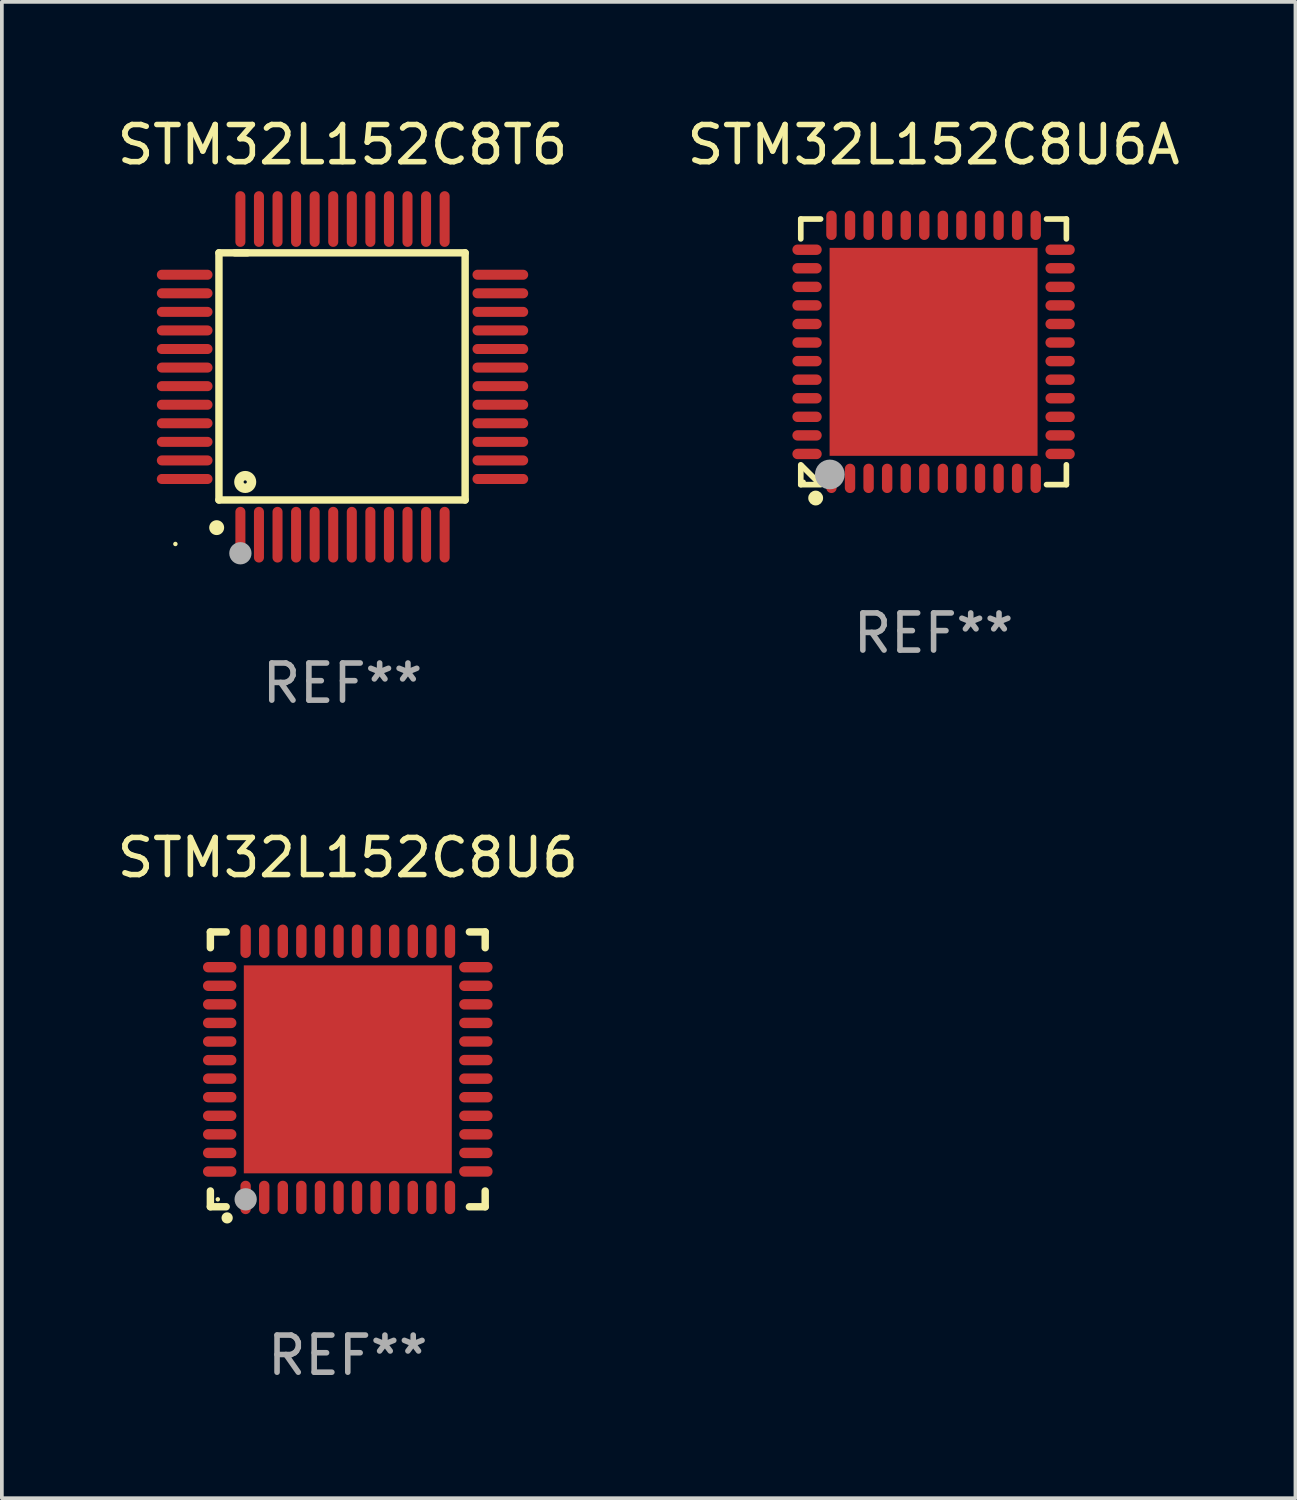
<source format=kicad_pcb>
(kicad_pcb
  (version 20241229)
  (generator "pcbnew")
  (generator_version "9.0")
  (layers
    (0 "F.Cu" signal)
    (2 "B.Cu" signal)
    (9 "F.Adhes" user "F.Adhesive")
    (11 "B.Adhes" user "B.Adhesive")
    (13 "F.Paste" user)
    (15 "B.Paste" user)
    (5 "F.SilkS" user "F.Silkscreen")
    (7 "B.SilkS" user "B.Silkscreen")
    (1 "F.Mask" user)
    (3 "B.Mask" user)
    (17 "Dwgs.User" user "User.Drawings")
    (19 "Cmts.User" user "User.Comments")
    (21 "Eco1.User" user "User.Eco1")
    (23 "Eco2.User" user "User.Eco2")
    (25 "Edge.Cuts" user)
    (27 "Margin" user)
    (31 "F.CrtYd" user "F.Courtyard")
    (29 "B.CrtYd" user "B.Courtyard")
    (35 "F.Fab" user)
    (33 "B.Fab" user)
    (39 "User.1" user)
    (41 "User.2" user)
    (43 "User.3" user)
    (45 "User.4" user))
  (footprint "STM32L152C8T6"
    (layer "F.Cu")
    (at 6.173 7.098)
    (property "Reference" "STM32L152C8T6" (at 0 -6.25 0) (layer "F.SilkS") (effects (font (size 1 1) (thickness 0.15))))
    (attr through_hole)
    (fp_line (start -3.327 -3.34) (end -2.565 -3.34) (stroke (width 0.2) (type solid)) (layer "F.SilkS"))
    (fp_line (start -3.327 3.315) (end -3.327 -3.34) (stroke (width 0.2) (type solid)) (layer "F.SilkS"))
    (fp_line (start -2.896 -3.34) (end 3.302 -3.34) (stroke (width 0.2) (type solid)) (layer "F.SilkS"))
    (fp_line (start 3.302 -3.34) (end 3.302 3.315) (stroke (width 0.2) (type solid)) (layer "F.SilkS"))
    (fp_line (start 3.302 3.315) (end -3.327 3.315) (stroke (width 0.2) (type solid)) (layer "F.SilkS"))
    (fp_arc (start -3.389992 4.059995) (mid -3.388722 4.059991) (end -3.387452 4.059995) (stroke (width 0.4) (type solid)) (layer "F.SilkS"))
    (fp_circle (center -4.5 4.5) (end -4.47 4.5) (stroke (width 0.06) (type solid)) (fill no) (layer "F.SilkS"))
    (fp_circle (center -2.62 2.83) (end -2.45 2.83) (stroke (width 0.254) (type solid)) (fill no) (layer "F.SilkS"))
    (fp_circle (center -2.75 4.75) (end -2.6 4.75) (stroke (width 0.3) (type solid)) (fill no) (layer "F.Fab"))
    (fp_text user "REF**" (at 0 8.25 0) (layer "F.Fab") (effects (font (size 1 1) (thickness 0.15))))
    (pad "1" smd oval (at -2.75 4.25) (size 0.27 1.5) (layers "F.Cu" "F.Mask" "F.Paste"))
    (pad "2" smd oval (at -2.25 4.25) (size 0.27 1.5) (layers "F.Cu" "F.Mask" "F.Paste"))
    (pad "3" smd oval (at -1.75 4.25) (size 0.27 1.5) (layers "F.Cu" "F.Mask" "F.Paste"))
    (pad "4" smd oval (at -1.25 4.25) (size 0.27 1.5) (layers "F.Cu" "F.Mask" "F.Paste"))
    (pad "5" smd oval (at -0.75 4.25) (size 0.27 1.5) (layers "F.Cu" "F.Mask" "F.Paste"))
    (pad "6" smd oval (at -0.25 4.25) (size 0.27 1.5) (layers "F.Cu" "F.Mask" "F.Paste"))
    (pad "7" smd oval (at 0.25 4.25) (size 0.27 1.5) (layers "F.Cu" "F.Mask" "F.Paste"))
    (pad "8" smd oval (at 0.75 4.25) (size 0.27 1.5) (layers "F.Cu" "F.Mask" "F.Paste"))
    (pad "9" smd oval (at 1.25 4.25) (size 0.27 1.5) (layers "F.Cu" "F.Mask" "F.Paste"))
    (pad "10" smd oval (at 1.75 4.25) (size 0.27 1.5) (layers "F.Cu" "F.Mask" "F.Paste"))
    (pad "11" smd oval (at 2.25 4.25) (size 0.27 1.5) (layers "F.Cu" "F.Mask" "F.Paste"))
    (pad "12" smd oval (at 2.75 4.25) (size 0.27 1.5) (layers "F.Cu" "F.Mask" "F.Paste"))
    (pad "13" smd oval (at 4.25 2.75) (size 1.5 0.27) (layers "F.Cu" "F.Mask" "F.Paste"))
    (pad "14" smd oval (at 4.25 2.25) (size 1.5 0.27) (layers "F.Cu" "F.Mask" "F.Paste"))
    (pad "15" smd oval (at 4.25 1.75) (size 1.5 0.27) (layers "F.Cu" "F.Mask" "F.Paste"))
    (pad "16" smd oval (at 4.25 1.25) (size 1.5 0.27) (layers "F.Cu" "F.Mask" "F.Paste"))
    (pad "17" smd oval (at 4.25 0.75) (size 1.5 0.27) (layers "F.Cu" "F.Mask" "F.Paste"))
    (pad "18" smd oval (at 4.25 0.25) (size 1.5 0.27) (layers "F.Cu" "F.Mask" "F.Paste"))
    (pad "19" smd oval (at 4.25 -0.25) (size 1.5 0.27) (layers "F.Cu" "F.Mask" "F.Paste"))
    (pad "20" smd oval (at 4.25 -0.75) (size 1.5 0.27) (layers "F.Cu" "F.Mask" "F.Paste"))
    (pad "21" smd oval (at 4.25 -1.25) (size 1.5 0.27) (layers "F.Cu" "F.Mask" "F.Paste"))
    (pad "22" smd oval (at 4.25 -1.75) (size 1.5 0.27) (layers "F.Cu" "F.Mask" "F.Paste"))
    (pad "23" smd oval (at 4.25 -2.25) (size 1.5 0.27) (layers "F.Cu" "F.Mask" "F.Paste"))
    (pad "24" smd oval (at 4.25 -2.75) (size 1.5 0.27) (layers "F.Cu" "F.Mask" "F.Paste"))
    (pad "25" smd oval (at 2.75 -4.25) (size 0.27 1.5) (layers "F.Cu" "F.Mask" "F.Paste"))
    (pad "26" smd oval (at 2.25 -4.25) (size 0.27 1.5) (layers "F.Cu" "F.Mask" "F.Paste"))
    (pad "27" smd oval (at 1.75 -4.25) (size 0.27 1.5) (layers "F.Cu" "F.Mask" "F.Paste"))
    (pad "28" smd oval (at 1.25 -4.25) (size 0.27 1.5) (layers "F.Cu" "F.Mask" "F.Paste"))
    (pad "29" smd oval (at 0.75 -4.25) (size 0.27 1.5) (layers "F.Cu" "F.Mask" "F.Paste"))
    (pad "30" smd oval (at 0.25 -4.25) (size 0.27 1.5) (layers "F.Cu" "F.Mask" "F.Paste"))
    (pad "31" smd oval (at -0.25 -4.25) (size 0.27 1.5) (layers "F.Cu" "F.Mask" "F.Paste"))
    (pad "32" smd oval (at -0.75 -4.25) (size 0.27 1.5) (layers "F.Cu" "F.Mask" "F.Paste"))
    (pad "33" smd oval (at -1.25 -4.25) (size 0.27 1.5) (layers "F.Cu" "F.Mask" "F.Paste"))
    (pad "34" smd oval (at -1.75 -4.25) (size 0.27 1.5) (layers "F.Cu" "F.Mask" "F.Paste"))
    (pad "35" smd oval (at -2.25 -4.25) (size 0.27 1.5) (layers "F.Cu" "F.Mask" "F.Paste"))
    (pad "36" smd oval (at -2.75 -4.25) (size 0.27 1.5) (layers "F.Cu" "F.Mask" "F.Paste"))
    (pad "37" smd oval (at -4.25 -2.75) (size 1.5 0.27) (layers "F.Cu" "F.Mask" "F.Paste"))
    (pad "38" smd oval (at -4.25 -2.25) (size 1.5 0.27) (layers "F.Cu" "F.Mask" "F.Paste"))
    (pad "39" smd oval (at -4.25 -1.75) (size 1.5 0.27) (layers "F.Cu" "F.Mask" "F.Paste"))
    (pad "40" smd oval (at -4.25 -1.25) (size 1.5 0.27) (layers "F.Cu" "F.Mask" "F.Paste"))
    (pad "41" smd oval (at -4.25 -0.75) (size 1.5 0.27) (layers "F.Cu" "F.Mask" "F.Paste"))
    (pad "42" smd oval (at -4.25 -0.25) (size 1.5 0.27) (layers "F.Cu" "F.Mask" "F.Paste"))
    (pad "43" smd oval (at -4.25 0.25) (size 1.5 0.27) (layers "F.Cu" "F.Mask" "F.Paste"))
    (pad "44" smd oval (at -4.25 0.75) (size 1.5 0.27) (layers "F.Cu" "F.Mask" "F.Paste"))
    (pad "45" smd oval (at -4.25 1.25) (size 1.5 0.27) (layers "F.Cu" "F.Mask" "F.Paste"))
    (pad "46" smd oval (at -4.25 1.75) (size 1.5 0.27) (layers "F.Cu" "F.Mask" "F.Paste"))
    (pad "47" smd oval (at -4.25 2.25) (size 1.5 0.27) (layers "F.Cu" "F.Mask" "F.Paste"))
    (pad "48" smd oval (at -4.25 2.75) (size 1.5 0.27) (layers "F.Cu" "F.Mask" "F.Paste")))
  (footprint "STM32L152C8U6"
    (layer "F.Cu")
    (at 6.315 25.745)
    (property "Reference" "STM32L152C8U6" (at 0 -5.7 0) (layer "F.SilkS") (effects (font (size 1 1) (thickness 0.15))))
    (attr through_hole)
    (fp_line (start -3.7 -3.7) (end -3.275 -3.7) (stroke (width 0.2) (type solid)) (layer "F.SilkS"))
    (fp_line (start -3.7 -3.275) (end -3.7 -3.7) (stroke (width 0.2) (type solid)) (layer "F.SilkS"))
    (fp_line (start -3.7 3.7) (end -3.7 3.275) (stroke (width 0.2) (type solid)) (layer "F.SilkS"))
    (fp_line (start -3.275 3.7) (end -3.7 3.7) (stroke (width 0.2) (type solid)) (layer "F.SilkS"))
    (fp_line (start 3.7 -3.7) (end 3.275 -3.7) (stroke (width 0.2) (type solid)) (layer "F.SilkS"))
    (fp_line (start 3.7 -3.275) (end 3.7 -3.7) (stroke (width 0.2) (type solid)) (layer "F.SilkS"))
    (fp_line (start 3.7 3.275) (end 3.7 3.7) (stroke (width 0.2) (type solid)) (layer "F.SilkS"))
    (fp_line (start 3.7 3.7) (end 3.275 3.7) (stroke (width 0.2) (type solid)) (layer "F.SilkS"))
    (fp_arc (start -3.249936 3.999975) (mid -3.248666 3.99997) (end -3.247396 3.999975) (stroke (width 0.3) (type solid)) (layer "F.SilkS"))
    (fp_circle (center -3.5 3.5) (end -3.47 3.5) (stroke (width 0.06) (type solid)) (fill no) (layer "F.SilkS"))
    (fp_circle (center -2.75 3.5) (end -2.6 3.5) (stroke (width 0.3) (type solid)) (fill no) (layer "F.Fab"))
    (fp_text user "REF**" (at 0 7.7 0) (layer "F.Fab") (effects (font (size 1 1) (thickness 0.15))))
    (pad "1" smd oval (at -2.751 3.449) (size 0.28 0.9) (layers "F.Cu" "F.Mask" "F.Paste"))
    (pad "2" smd oval (at -2.25 3.449) (size 0.28 0.9) (layers "F.Cu" "F.Mask" "F.Paste"))
    (pad "3" smd oval (at -1.75 3.449) (size 0.28 0.9) (layers "F.Cu" "F.Mask" "F.Paste"))
    (pad "4" smd oval (at -1.25 3.449) (size 0.28 0.9) (layers "F.Cu" "F.Mask" "F.Paste"))
    (pad "5" smd oval (at -0.749 3.449) (size 0.28 0.9) (layers "F.Cu" "F.Mask" "F.Paste"))
    (pad "6" smd oval (at -0.249 3.449) (size 0.28 0.9) (layers "F.Cu" "F.Mask" "F.Paste"))
    (pad "7" smd oval (at 0.249 3.449) (size 0.28 0.9) (layers "F.Cu" "F.Mask" "F.Paste"))
    (pad "8" smd oval (at 0.749 3.449) (size 0.28 0.9) (layers "F.Cu" "F.Mask" "F.Paste"))
    (pad "9" smd oval (at 1.25 3.449) (size 0.28 0.9) (layers "F.Cu" "F.Mask" "F.Paste"))
    (pad "10" smd oval (at 1.75 3.449) (size 0.28 0.9) (layers "F.Cu" "F.Mask" "F.Paste"))
    (pad "11" smd oval (at 2.251 3.449) (size 0.28 0.9) (layers "F.Cu" "F.Mask" "F.Paste"))
    (pad "12" smd oval (at 2.751 3.449) (size 0.28 0.9) (layers "F.Cu" "F.Mask" "F.Paste"))
    (pad "13" smd oval (at 3.449 2.75) (size 0.9 0.28) (layers "F.Cu" "F.Mask" "F.Paste"))
    (pad "14" smd oval (at 3.449 2.25) (size 0.9 0.28) (layers "F.Cu" "F.Mask" "F.Paste"))
    (pad "15" smd oval (at 3.449 1.75) (size 0.9 0.28) (layers "F.Cu" "F.Mask" "F.Paste"))
    (pad "16" smd oval (at 3.449 1.25) (size 0.9 0.28) (layers "F.Cu" "F.Mask" "F.Paste"))
    (pad "17" smd oval (at 3.449 0.75) (size 0.9 0.28) (layers "F.Cu" "F.Mask" "F.Paste"))
    (pad "18" smd oval (at 3.449 0.25) (size 0.9 0.28) (layers "F.Cu" "F.Mask" "F.Paste"))
    (pad "19" smd oval (at 3.449 -0.25) (size 0.9 0.28) (layers "F.Cu" "F.Mask" "F.Paste"))
    (pad "20" smd oval (at 3.449 -0.75) (size 0.9 0.28) (layers "F.Cu" "F.Mask" "F.Paste"))
    (pad "21" smd oval (at 3.449 -1.25) (size 0.9 0.28) (layers "F.Cu" "F.Mask" "F.Paste"))
    (pad "22" smd oval (at 3.449 -1.75) (size 0.9 0.28) (layers "F.Cu" "F.Mask" "F.Paste"))
    (pad "23" smd oval (at 3.449 -2.25) (size 0.9 0.28) (layers "F.Cu" "F.Mask" "F.Paste"))
    (pad "24" smd oval (at 3.449 -2.75) (size 0.9 0.28) (layers "F.Cu" "F.Mask" "F.Paste"))
    (pad "25" smd oval (at 2.751 -3.449) (size 0.28 0.9) (layers "F.Cu" "F.Mask" "F.Paste"))
    (pad "26" smd oval (at 2.251 -3.449) (size 0.28 0.9) (layers "F.Cu" "F.Mask" "F.Paste"))
    (pad "27" smd oval (at 1.75 -3.449) (size 0.28 0.9) (layers "F.Cu" "F.Mask" "F.Paste"))
    (pad "28" smd oval (at 1.25 -3.449) (size 0.28 0.9) (layers "F.Cu" "F.Mask" "F.Paste"))
    (pad "29" smd oval (at 0.749 -3.449) (size 0.28 0.9) (layers "F.Cu" "F.Mask" "F.Paste"))
    (pad "30" smd oval (at 0.249 -3.449) (size 0.28 0.9) (layers "F.Cu" "F.Mask" "F.Paste"))
    (pad "31" smd oval (at -0.249 -3.449) (size 0.28 0.9) (layers "F.Cu" "F.Mask" "F.Paste"))
    (pad "32" smd oval (at -0.749 -3.449) (size 0.28 0.9) (layers "F.Cu" "F.Mask" "F.Paste"))
    (pad "33" smd oval (at -1.25 -3.449) (size 0.28 0.9) (layers "F.Cu" "F.Mask" "F.Paste"))
    (pad "34" smd oval (at -1.75 -3.449) (size 0.28 0.9) (layers "F.Cu" "F.Mask" "F.Paste"))
    (pad "35" smd oval (at -2.25 -3.449) (size 0.28 0.9) (layers "F.Cu" "F.Mask" "F.Paste"))
    (pad "36" smd oval (at -2.751 -3.449) (size 0.28 0.9) (layers "F.Cu" "F.Mask" "F.Paste"))
    (pad "37" smd oval (at -3.449 -2.751) (size 0.9 0.28) (layers "F.Cu" "F.Mask" "F.Paste"))
    (pad "38" smd oval (at -3.449 -2.25) (size 0.9 0.28) (layers "F.Cu" "F.Mask" "F.Paste"))
    (pad "39" smd oval (at -3.449 -1.75) (size 0.9 0.28) (layers "F.Cu" "F.Mask" "F.Paste"))
    (pad "40" smd oval (at -3.449 -1.25) (size 0.9 0.28) (layers "F.Cu" "F.Mask" "F.Paste"))
    (pad "41" smd oval (at -3.449 -0.749) (size 0.9 0.28) (layers "F.Cu" "F.Mask" "F.Paste"))
    (pad "42" smd oval (at -3.449 -0.249) (size 0.9 0.28) (layers "F.Cu" "F.Mask" "F.Paste"))
    (pad "43" smd oval (at -3.449 0.249) (size 0.9 0.28) (layers "F.Cu" "F.Mask" "F.Paste"))
    (pad "44" smd oval (at -3.449 0.749) (size 0.9 0.28) (layers "F.Cu" "F.Mask" "F.Paste"))
    (pad "45" smd oval (at -3.449 1.25) (size 0.9 0.28) (layers "F.Cu" "F.Mask" "F.Paste"))
    (pad "46" smd oval (at -3.449 1.75) (size 0.9 0.28) (layers "F.Cu" "F.Mask" "F.Paste"))
    (pad "47" smd oval (at -3.449 2.25) (size 0.9 0.28) (layers "F.Cu" "F.Mask" "F.Paste"))
    (pad "48" smd oval (at -3.449 2.751) (size 0.9 0.28) (layers "F.Cu" "F.Mask" "F.Paste"))
    (pad "49" smd rect (at 0.000076 -0.000025) (size 5.6 5.6) (layers "F.Cu" "F.Mask" "F.Paste")))
  (footprint "STM32L152C8U6A"
    (layer "F.Cu")
    (at 22.089 6.424)
    (property "Reference" "STM32L152C8U6A" (at 0 -5.576 0) (layer "F.SilkS") (effects (font (size 1 1) (thickness 0.15))))
    (attr through_hole)
    (fp_line (start -3.576 -3.576) (end -3.576 -3.042) (stroke (width 0.152) (type solid)) (layer "F.SilkS"))
    (fp_line (start -3.576 3.576) (end -3.576 3.042) (stroke (width 0.152) (type solid)) (layer "F.SilkS"))
    (fp_line (start -3.069 3.549) (end -3.549 3.069) (stroke (width 0.152) (type solid)) (layer "F.SilkS"))
    (fp_line (start -3.042 -3.576) (end -3.576 -3.576) (stroke (width 0.152) (type solid)) (layer "F.SilkS"))
    (fp_line (start -3.042 3.576) (end -3.576 3.576) (stroke (width 0.152) (type solid)) (layer "F.SilkS"))
    (fp_line (start 3.042 -3.576) (end 3.576 -3.576) (stroke (width 0.152) (type solid)) (layer "F.SilkS"))
    (fp_line (start 3.042 3.576) (end 3.576 3.576) (stroke (width 0.152) (type solid)) (layer "F.SilkS"))
    (fp_line (start 3.576 -3.576) (end 3.576 -3.042) (stroke (width 0.152) (type solid)) (layer "F.SilkS"))
    (fp_line (start 3.576 3.576) (end 3.576 3.042) (stroke (width 0.152) (type solid)) (layer "F.SilkS"))
    (fp_circle (center -3.5 3.5) (end -3.47 3.5) (stroke (width 0.06) (type solid)) (fill no) (layer "F.SilkS"))
    (fp_circle (center -3.175 3.937) (end -3.075 3.937) (stroke (width 0.2) (type solid)) (fill no) (layer "F.SilkS"))
    (fp_circle (center -2.794 3.302) (end -2.594 3.302) (stroke (width 0.4) (type solid)) (fill no) (layer "F.Fab"))
    (fp_text user "REF**" (at 0 7.576 0) (layer "F.Fab") (effects (font (size 1 1) (thickness 0.15))))
    (pad "1" smd oval (at -2.75 3.407) (size 0.28 0.79) (layers "F.Cu" "F.Mask" "F.Paste"))
    (pad "2" smd oval (at -2.25 3.407) (size 0.28 0.79) (layers "F.Cu" "F.Mask" "F.Paste"))
    (pad "3" smd oval (at -1.75 3.407) (size 0.28 0.79) (layers "F.Cu" "F.Mask" "F.Paste"))
    (pad "4" smd oval (at -1.25 3.407) (size 0.28 0.79) (layers "F.Cu" "F.Mask" "F.Paste"))
    (pad "5" smd oval (at -0.75 3.407) (size 0.28 0.79) (layers "F.Cu" "F.Mask" "F.Paste"))
    (pad "6" smd oval (at -0.25 3.407) (size 0.28 0.79) (layers "F.Cu" "F.Mask" "F.Paste"))
    (pad "7" smd oval (at 0.25 3.407) (size 0.28 0.79) (layers "F.Cu" "F.Mask" "F.Paste"))
    (pad "8" smd oval (at 0.75 3.407) (size 0.28 0.79) (layers "F.Cu" "F.Mask" "F.Paste"))
    (pad "9" smd oval (at 1.25 3.407) (size 0.28 0.79) (layers "F.Cu" "F.Mask" "F.Paste"))
    (pad "10" smd oval (at 1.75 3.407) (size 0.28 0.79) (layers "F.Cu" "F.Mask" "F.Paste"))
    (pad "11" smd oval (at 2.25 3.407) (size 0.28 0.79) (layers "F.Cu" "F.Mask" "F.Paste"))
    (pad "12" smd oval (at 2.75 3.407) (size 0.28 0.79) (layers "F.Cu" "F.Mask" "F.Paste"))
    (pad "13" smd oval (at 3.407 2.75) (size 0.79 0.28) (layers "F.Cu" "F.Mask" "F.Paste"))
    (pad "14" smd oval (at 3.407 2.25) (size 0.79 0.28) (layers "F.Cu" "F.Mask" "F.Paste"))
    (pad "15" smd oval (at 3.407 1.75) (size 0.79 0.28) (layers "F.Cu" "F.Mask" "F.Paste"))
    (pad "16" smd oval (at 3.407 1.25) (size 0.79 0.28) (layers "F.Cu" "F.Mask" "F.Paste"))
    (pad "17" smd oval (at 3.407 0.75) (size 0.79 0.28) (layers "F.Cu" "F.Mask" "F.Paste"))
    (pad "18" smd oval (at 3.407 0.25) (size 0.79 0.28) (layers "F.Cu" "F.Mask" "F.Paste"))
    (pad "19" smd oval (at 3.407 -0.25) (size 0.79 0.28) (layers "F.Cu" "F.Mask" "F.Paste"))
    (pad "20" smd oval (at 3.407 -0.75) (size 0.79 0.28) (layers "F.Cu" "F.Mask" "F.Paste"))
    (pad "21" smd oval (at 3.407 -1.25) (size 0.79 0.28) (layers "F.Cu" "F.Mask" "F.Paste"))
    (pad "22" smd oval (at 3.407 -1.75) (size 0.79 0.28) (layers "F.Cu" "F.Mask" "F.Paste"))
    (pad "23" smd oval (at 3.407 -2.25) (size 0.79 0.28) (layers "F.Cu" "F.Mask" "F.Paste"))
    (pad "24" smd oval (at 3.407 -2.75) (size 0.79 0.28) (layers "F.Cu" "F.Mask" "F.Paste"))
    (pad "25" smd oval (at 2.75 -3.407) (size 0.28 0.79) (layers "F.Cu" "F.Mask" "F.Paste"))
    (pad "26" smd oval (at 2.25 -3.407) (size 0.28 0.79) (layers "F.Cu" "F.Mask" "F.Paste"))
    (pad "27" smd oval (at 1.75 -3.407) (size 0.28 0.79) (layers "F.Cu" "F.Mask" "F.Paste"))
    (pad "28" smd oval (at 1.25 -3.407) (size 0.28 0.79) (layers "F.Cu" "F.Mask" "F.Paste"))
    (pad "29" smd oval (at 0.75 -3.407) (size 0.28 0.79) (layers "F.Cu" "F.Mask" "F.Paste"))
    (pad "30" smd oval (at 0.25 -3.407) (size 0.28 0.79) (layers "F.Cu" "F.Mask" "F.Paste"))
    (pad "31" smd oval (at -0.25 -3.407) (size 0.28 0.79) (layers "F.Cu" "F.Mask" "F.Paste"))
    (pad "32" smd oval (at -0.75 -3.407) (size 0.28 0.79) (layers "F.Cu" "F.Mask" "F.Paste"))
    (pad "33" smd oval (at -1.25 -3.407) (size 0.28 0.79) (layers "F.Cu" "F.Mask" "F.Paste"))
    (pad "34" smd oval (at -1.75 -3.407) (size 0.28 0.79) (layers "F.Cu" "F.Mask" "F.Paste"))
    (pad "35" smd oval (at -2.25 -3.407) (size 0.28 0.79) (layers "F.Cu" "F.Mask" "F.Paste"))
    (pad "36" smd oval (at -2.75 -3.407) (size 0.28 0.79) (layers "F.Cu" "F.Mask" "F.Paste"))
    (pad "37" smd oval (at -3.407 -2.75) (size 0.79 0.28) (layers "F.Cu" "F.Mask" "F.Paste"))
    (pad "38" smd oval (at -3.407 -2.25) (size 0.79 0.28) (layers "F.Cu" "F.Mask" "F.Paste"))
    (pad "39" smd oval (at -3.407 -1.75) (size 0.79 0.28) (layers "F.Cu" "F.Mask" "F.Paste"))
    (pad "40" smd oval (at -3.407 -1.25) (size 0.79 0.28) (layers "F.Cu" "F.Mask" "F.Paste"))
    (pad "41" smd oval (at -3.407 -0.75) (size 0.79 0.28) (layers "F.Cu" "F.Mask" "F.Paste"))
    (pad "42" smd oval (at -3.407 -0.25) (size 0.79 0.28) (layers "F.Cu" "F.Mask" "F.Paste"))
    (pad "43" smd oval (at -3.407 0.25) (size 0.79 0.28) (layers "F.Cu" "F.Mask" "F.Paste"))
    (pad "44" smd oval (at -3.407 0.75) (size 0.79 0.28) (layers "F.Cu" "F.Mask" "F.Paste"))
    (pad "45" smd oval (at -3.407 1.25) (size 0.79 0.28) (layers "F.Cu" "F.Mask" "F.Paste"))
    (pad "46" smd oval (at -3.407 1.75) (size 0.79 0.28) (layers "F.Cu" "F.Mask" "F.Paste"))
    (pad "47" smd oval (at -3.407 2.25) (size 0.79 0.28) (layers "F.Cu" "F.Mask" "F.Paste"))
    (pad "48" smd oval (at -3.407 2.75) (size 0.79 0.28) (layers "F.Cu" "F.Mask" "F.Paste"))
    (pad "49" smd rect (at 0 0) (size 5.6 5.6) (layers "F.Cu" "F.Mask" "F.Paste")))
  (gr_rect
    (start -3 -3)
    (end 31.833 37.293)
    (stroke (width 0.1) (type default))
    (fill no)
    (layer "Edge.Cuts")))
</source>
